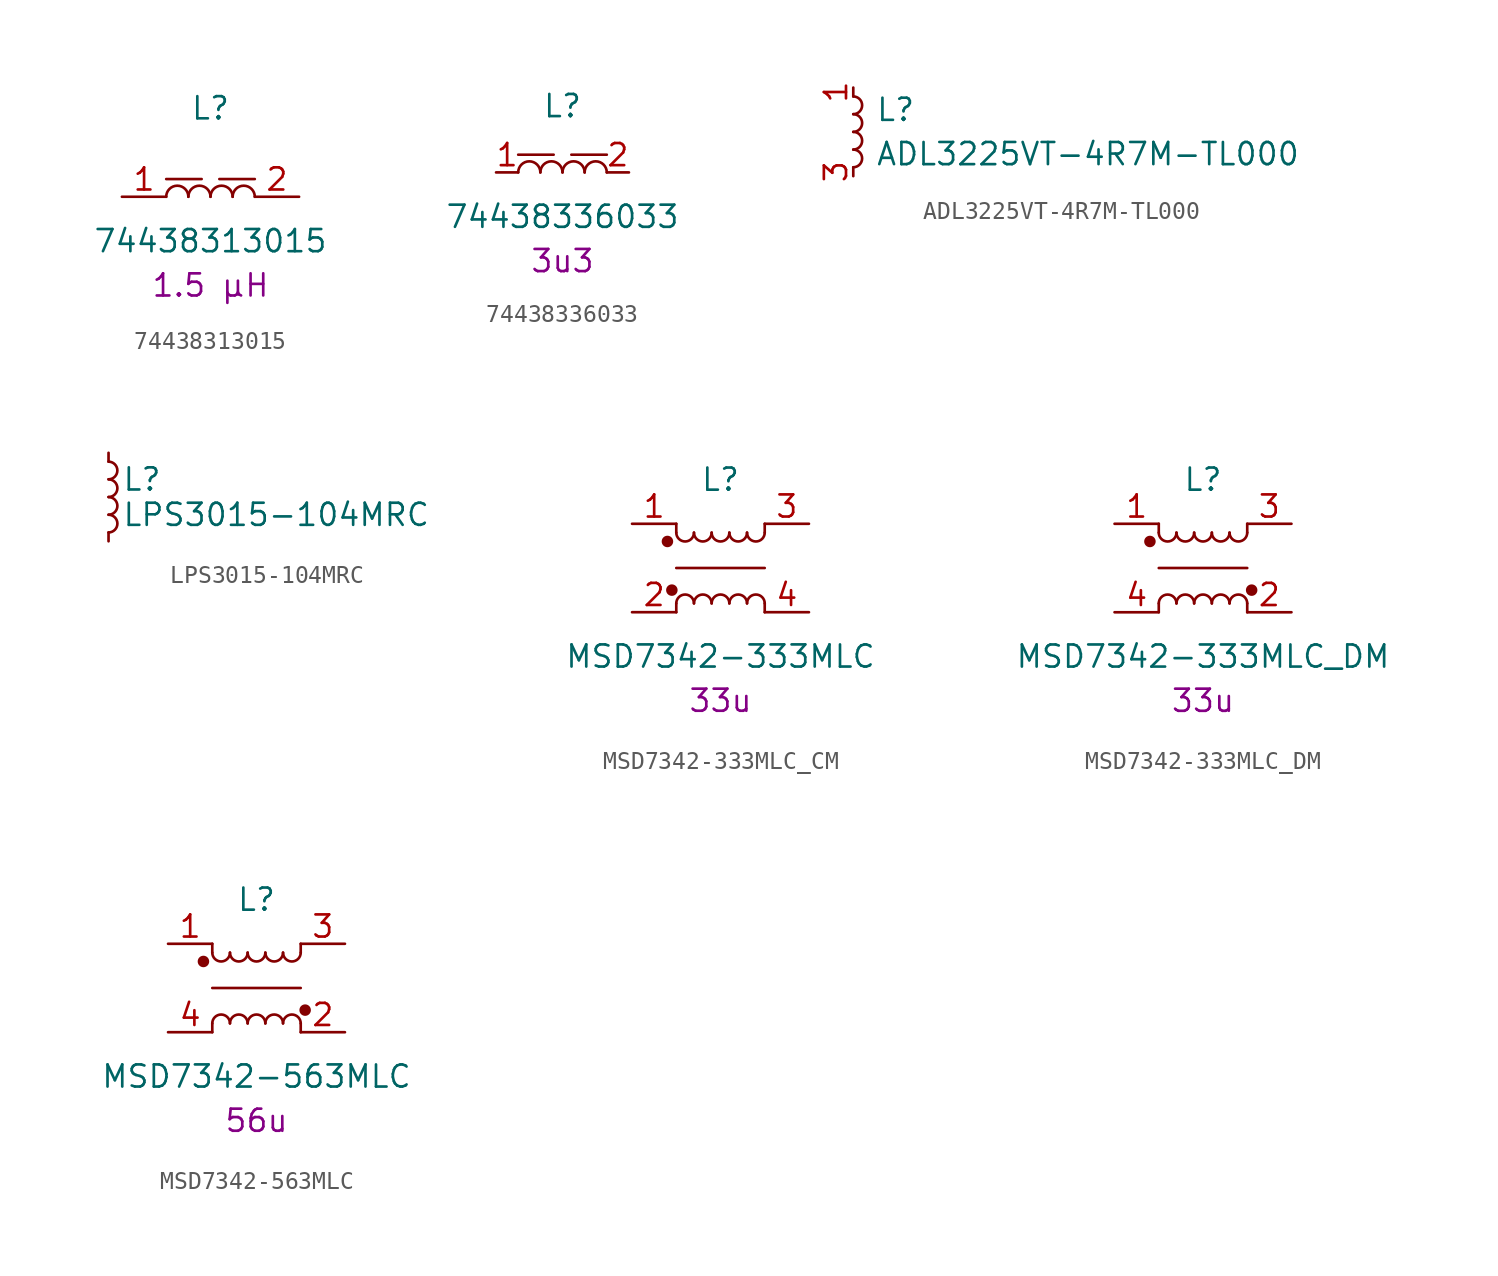
<source format=kicad_sym>
(kicad_symbol_lib
  (version 20241209)
  (generator "kicad_symbol_editor")
  (generator_version "9.0")
  (symbol "74438313015"
    (pin_names
      (hide yes))
    (property "Reference" "L"
      (at 0 5.08 0)
      (effects (font (size 1.27 1.27))))
    (property "Value" "74438313015"
      (at 0 -2.54 0)
      (effects (font (size 1.27 1.27))))
    (property "Critical Parameter" "1.5 µH"
      (at 0 -5.08 0)
      (effects (font (size 1.27 1.27))))
    (symbol "74438313015_0_1"
      (polyline (pts (xy -2.54 1.016) (xy -0.508 1.016)) (stroke (width 0) (type default)) (fill (type none)))
      (arc (start -2.54 0) (mid -1.905 0.6323) (end -1.27 0) (stroke (width 0) (type default)) (fill (type none)))
      (arc (start -1.27 0) (mid -0.635 0.6323) (end 0 0) (stroke (width 0) (type default)) (fill (type none)))
      (arc (start 0 0) (mid 0.635 0.6323) (end 1.27 0) (stroke (width 0) (type default)) (fill (type none)))
      (arc (start 1.27 0) (mid 1.905 0.6323) (end 2.54 0) (stroke (width 0) (type default)) (fill (type none))))
    (symbol "74438313015_1_1"
      (polyline (pts (xy 2.54 1.016) (xy 0.508 1.016)) (stroke (width 0) (type default)) (fill (type none)))
      (pin passive line (at -5.08 0 0) (length 2.54) (name "1" (effects (font (size 1.27 1.27)))) (number "1" (effects (font (size 1.27 1.27)))))
      (pin passive line (at 5.08 0 180) (length 2.54) (name "2" (effects (font (size 1.27 1.27)))) (number "2" (effects (font (size 1.27 1.27)))))))
  (symbol "74438336033"
    (pin_names
      (hide yes))
    (property "Reference" "L"
      (at 0 3.81 0)
      (effects (font (size 1.27 1.27))))
    (property "Value" "74438336033"
      (at 0 -2.54 0)
      (effects (font (size 1.27 1.27))))
    (property "Critical Parameter" "3u3"
      (at 0 -5.08 0)
      (effects (font (size 1.27 1.27))))
    (symbol "74438336033_0_1"
      (polyline (pts (xy -2.54 1.016) (xy -0.508 1.016)) (stroke (width 0) (type default)) (fill (type none)))
      (arc (start -2.54 0) (mid -1.905 0.6323) (end -1.27 0) (stroke (width 0) (type default)) (fill (type none)))
      (arc (start -1.27 0) (mid -0.635 0.6323) (end 0 0) (stroke (width 0) (type default)) (fill (type none)))
      (arc (start 0 0) (mid 0.635 0.6323) (end 1.27 0) (stroke (width 0) (type default)) (fill (type none)))
      (arc (start 1.27 0) (mid 1.905 0.6323) (end 2.54 0) (stroke (width 0) (type default)) (fill (type none))))
    (symbol "74438336033_1_1"
      (polyline (pts (xy 2.54 1.016) (xy 0.508 1.016)) (stroke (width 0) (type default)) (fill (type none)))
      (pin power_in line (at -3.81 0 0) (length 1.27) (name "1" (effects (font (size 1.27 1.27)))) (number "1" (effects (font (size 1.27 1.27)))))
      (pin power_out line (at 3.81 0 180) (length 1.27) (name "2" (effects (font (size 1.27 1.27)))) (number "2" (effects (font (size 1.27 1.27)))))))
  (symbol "ADL3225VT-4R7M-TL000"
    (property "Reference" "L"
      (at 1.27 1.27 0)
      (effects (font (size 1.27 1.27)) (justify left)))
    (property "Value" "ADL3225VT-4R7M-TL000"
      (at 1.27 -1.27 0)
      (effects (font (size 1.27 1.27)) (justify left)))
    (symbol "ADL3225VT-4R7M-TL000_0_1"
      (arc (start 0 2.032) (mid 0.5058 1.524) (end 0 1.016) (stroke (width 0) (type default)) (fill (type none)))
      (arc (start 0 1.016) (mid 0.5058 0.508) (end 0 0) (stroke (width 0) (type default)) (fill (type none)))
      (arc (start 0 0) (mid 0.5058 -0.508) (end 0 -1.016) (stroke (width 0) (type default)) (fill (type none)))
      (arc (start 0 -1.016) (mid 0.5058 -1.524) (end 0 -2.032) (stroke (width 0) (type default)) (fill (type none))))
    (symbol "ADL3225VT-4R7M-TL000_1_1"
      (pin passive line (at 0 2.54 270) (length 0.508) (name "~" (effects (font (size 1.27 1.27)))) (number "1" (effects (font (size 1.27 1.27)))))
      (pin passive line (at 0 2.54 270) (length 0.508) (hide yes) (name "~" (effects (font (size 1.27 1.27)))) (number "2" (effects (font (size 1.27 1.27)))))
      (pin passive line (at 0 -2.54 90) (length 0.508) (name "~" (effects (font (size 1.27 1.27)))) (number "3" (effects (font (size 1.27 1.27)))))
      (pin passive line (at 0 -2.54 90) (length 0.508) (hide yes) (name "~" (effects (font (size 1.27 1.27)))) (number "4" (effects (font (size 1.27 1.27)))))))
  (symbol "LPS3015-104MRC"
    (pin_numbers
      (hide yes))
    (pin_names
      (offset 0.254)
      (hide yes))
    (property "Reference" "L"
      (at 0.762 1.016 0)
      (effects (font (size 1.27 1.27)) (justify left)))
    (property "Value" "LPS3015-104MRC"
      (at 0.762 -1.016 0)
      (effects (font (size 1.27 1.27)) (justify left)))
    (symbol "LPS3015-104MRC_0_1"
      (arc (start 0 2.032) (mid 0.5058 1.524) (end 0 1.016) (stroke (width 0) (type default)) (fill (type none)))
      (arc (start 0 1.016) (mid 0.5058 0.508) (end 0 0) (stroke (width 0) (type default)) (fill (type none)))
      (arc (start 0 0) (mid 0.5058 -0.508) (end 0 -1.016) (stroke (width 0) (type default)) (fill (type none)))
      (arc (start 0 -1.016) (mid 0.5058 -1.524) (end 0 -2.032) (stroke (width 0) (type default)) (fill (type none))))
    (symbol "LPS3015-104MRC_1_1"
      (pin power_in line (at 0 2.54 270) (length 0.508) (name "~" (effects (font (size 1.27 1.27)))) (number "1" (effects (font (size 1.27 1.27)))))
      (pin power_out line (at 0 -2.54 90) (length 0.508) (name "~" (effects (font (size 1.27 1.27)))) (number "2" (effects (font (size 1.27 1.27)))))))
  (symbol "MSD7342-333MLC_CM"
    (pin_names
      (hide yes))
    (property "Reference" "L"
      (at 0 5.08 0)
      (effects (font (size 1.27 1.27))))
    (property "Value" "MSD7342-333MLC"
      (at 0 -5.08 0)
      (effects (font (size 1.27 1.27))))
    (property "Critical Parameter" "33u"
      (at 0 -7.62 0)
      (effects (font (size 1.27 1.27))))
    (symbol "MSD7342-333MLC_CM_0_1"
      (circle (center -3.048 1.524) (radius 0.254) (stroke (width 0) (type default)) (fill (type outline)))
      (circle (center -2.794 -1.27) (radius 0.254) (stroke (width 0) (type default)) (fill (type outline)))
      (polyline (pts (xy -2.54 2.032) (xy -2.54 2.54)) (stroke (width 0) (type default)) (fill (type none)))
      (polyline (pts (xy -2.54 -2.032) (xy -2.54 -2.54)) (stroke (width 0) (type default)) (fill (type none)))
      (arc (start -1.524 2.032) (mid -2.032 1.5262) (end -2.54 2.032) (stroke (width 0) (type default)) (fill (type none)))
      (arc (start -2.54 -2.032) (mid -2.032 -1.5262) (end -1.524 -2.032) (stroke (width 0) (type default)) (fill (type none)))
      (arc (start -0.508 2.032) (mid -1.016 1.5262) (end -1.524 2.032) (stroke (width 0) (type default)) (fill (type none)))
      (arc (start -1.524 -2.032) (mid -1.016 -1.5262) (end -0.508 -2.032) (stroke (width 0) (type default)) (fill (type none)))
      (arc (start 0.508 2.032) (mid 0 1.5262) (end -0.508 2.032) (stroke (width 0) (type default)) (fill (type none)))
      (arc (start -0.508 -2.032) (mid 0 -1.5262) (end 0.508 -2.032) (stroke (width 0) (type default)) (fill (type none)))
      (arc (start 1.524 2.032) (mid 1.016 1.5262) (end 0.508 2.032) (stroke (width 0) (type default)) (fill (type none)))
      (arc (start 0.508 -2.032) (mid 1.016 -1.5262) (end 1.524 -2.032) (stroke (width 0) (type default)) (fill (type none)))
      (arc (start 2.54 2.032) (mid 2.032 1.5262) (end 1.524 2.032) (stroke (width 0) (type default)) (fill (type none)))
      (arc (start 1.524 -2.032) (mid 2.032 -1.5262) (end 2.54 -2.032) (stroke (width 0) (type default)) (fill (type none)))
      (polyline (pts (xy 2.54 2.54) (xy 2.54 2.032)) (stroke (width 0) (type default)) (fill (type none)))
      (polyline (pts (xy 2.54 0) (xy -2.54 0)) (stroke (width 0) (type default)) (fill (type none)))
      (polyline (pts (xy 2.54 -2.032) (xy 2.54 -2.54)) (stroke (width 0) (type default)) (fill (type none))))
    (symbol "MSD7342-333MLC_CM_1_1"
      (pin passive line (at -5.08 2.54 0) (length 2.54) (name "1" (effects (font (size 1.27 1.27)))) (number "1" (effects (font (size 1.27 1.27)))))
      (pin passive line (at -5.08 -2.54 0) (length 2.54) (name "4" (effects (font (size 1.27 1.27)))) (number "2" (effects (font (size 1.27 1.27)))))
      (pin passive line (at 5.08 2.54 180) (length 2.54) (name "3" (effects (font (size 1.27 1.27)))) (number "3" (effects (font (size 1.27 1.27)))))
      (pin passive line (at 5.08 -2.54 180) (length 2.54) (name "2" (effects (font (size 1.27 1.27)))) (number "4" (effects (font (size 1.27 1.27)))))))
  (symbol "MSD7342-333MLC_DM"
    (pin_names
      (hide yes))
    (property "Reference" "L"
      (at 0 5.08 0)
      (effects (font (size 1.27 1.27))))
    (property "Value" "MSD7342-333MLC_DM"
      (at 0 -5.08 0)
      (effects (font (size 1.27 1.27))))
    (property "Critical Parameter" "33u"
      (at 0 -7.62 0)
      (effects (font (size 1.27 1.27))))
    (symbol "MSD7342-333MLC_DM_0_1"
      (circle (center -3.048 1.524) (radius 0.254) (stroke (width 0) (type default)) (fill (type outline)))
      (polyline (pts (xy -2.54 2.032) (xy -2.54 2.54)) (stroke (width 0) (type default)) (fill (type none)))
      (polyline (pts (xy -2.54 -2.032) (xy -2.54 -2.54)) (stroke (width 0) (type default)) (fill (type none)))
      (arc (start -1.524 2.032) (mid -2.032 1.5262) (end -2.54 2.032) (stroke (width 0) (type default)) (fill (type none)))
      (arc (start -2.54 -2.032) (mid -2.032 -1.5262) (end -1.524 -2.032) (stroke (width 0) (type default)) (fill (type none)))
      (arc (start -0.508 2.032) (mid -1.016 1.5262) (end -1.524 2.032) (stroke (width 0) (type default)) (fill (type none)))
      (arc (start -1.524 -2.032) (mid -1.016 -1.5262) (end -0.508 -2.032) (stroke (width 0) (type default)) (fill (type none)))
      (arc (start 0.508 2.032) (mid 0 1.5262) (end -0.508 2.032) (stroke (width 0) (type default)) (fill (type none)))
      (arc (start -0.508 -2.032) (mid 0 -1.5262) (end 0.508 -2.032) (stroke (width 0) (type default)) (fill (type none)))
      (arc (start 1.524 2.032) (mid 1.016 1.5262) (end 0.508 2.032) (stroke (width 0) (type default)) (fill (type none)))
      (arc (start 0.508 -2.032) (mid 1.016 -1.5262) (end 1.524 -2.032) (stroke (width 0) (type default)) (fill (type none)))
      (arc (start 2.54 2.032) (mid 2.032 1.5262) (end 1.524 2.032) (stroke (width 0) (type default)) (fill (type none)))
      (arc (start 1.524 -2.032) (mid 2.032 -1.5262) (end 2.54 -2.032) (stroke (width 0) (type default)) (fill (type none)))
      (polyline (pts (xy 2.54 2.54) (xy 2.54 2.032)) (stroke (width 0) (type default)) (fill (type none)))
      (polyline (pts (xy 2.54 0) (xy -2.54 0)) (stroke (width 0) (type default)) (fill (type none)))
      (polyline (pts (xy 2.54 -2.032) (xy 2.54 -2.54)) (stroke (width 0) (type default)) (fill (type none)))
      (circle (center 2.794 -1.27) (radius 0.254) (stroke (width 0) (type default)) (fill (type outline))))
    (symbol "MSD7342-333MLC_DM_1_1"
      (pin passive line (at -5.08 2.54 0) (length 2.54) (name "1" (effects (font (size 1.27 1.27)))) (number "1" (effects (font (size 1.27 1.27)))))
      (pin passive line (at -5.08 -2.54 0) (length 2.54) (name "2" (effects (font (size 1.27 1.27)))) (number "4" (effects (font (size 1.27 1.27)))))
      (pin passive line (at 5.08 2.54 180) (length 2.54) (name "3" (effects (font (size 1.27 1.27)))) (number "3" (effects (font (size 1.27 1.27)))))
      (pin passive line (at 5.08 -2.54 180) (length 2.54) (name "4" (effects (font (size 1.27 1.27)))) (number "2" (effects (font (size 1.27 1.27)))))))
  (symbol "MSD7342-563MLC"
    (pin_names
      (hide yes))
    (property "Reference" "L"
      (at 0 5.08 0)
      (effects (font (size 1.27 1.27))))
    (property "Value" "MSD7342-563MLC"
      (at 0 -5.08 0)
      (effects (font (size 1.27 1.27))))
    (property "Critical Parameter" "56u"
      (at 0 -7.62 0)
      (effects (font (size 1.27 1.27))))
    (symbol "MSD7342-563MLC_0_1"
      (circle (center -3.048 1.524) (radius 0.254) (stroke (width 0) (type default)) (fill (type outline)))
      (polyline (pts (xy -2.54 2.032) (xy -2.54 2.54)) (stroke (width 0) (type default)) (fill (type none)))
      (polyline (pts (xy -2.54 -2.032) (xy -2.54 -2.54)) (stroke (width 0) (type default)) (fill (type none)))
      (arc (start -1.524 2.032) (mid -2.032 1.5262) (end -2.54 2.032) (stroke (width 0) (type default)) (fill (type none)))
      (arc (start -2.54 -2.032) (mid -2.032 -1.5262) (end -1.524 -2.032) (stroke (width 0) (type default)) (fill (type none)))
      (arc (start -0.508 2.032) (mid -1.016 1.5262) (end -1.524 2.032) (stroke (width 0) (type default)) (fill (type none)))
      (arc (start -1.524 -2.032) (mid -1.016 -1.5262) (end -0.508 -2.032) (stroke (width 0) (type default)) (fill (type none)))
      (arc (start 0.508 2.032) (mid 0 1.5262) (end -0.508 2.032) (stroke (width 0) (type default)) (fill (type none)))
      (arc (start -0.508 -2.032) (mid 0 -1.5262) (end 0.508 -2.032) (stroke (width 0) (type default)) (fill (type none)))
      (arc (start 1.524 2.032) (mid 1.016 1.5262) (end 0.508 2.032) (stroke (width 0) (type default)) (fill (type none)))
      (arc (start 0.508 -2.032) (mid 1.016 -1.5262) (end 1.524 -2.032) (stroke (width 0) (type default)) (fill (type none)))
      (arc (start 2.54 2.032) (mid 2.032 1.5262) (end 1.524 2.032) (stroke (width 0) (type default)) (fill (type none)))
      (arc (start 1.524 -2.032) (mid 2.032 -1.5262) (end 2.54 -2.032) (stroke (width 0) (type default)) (fill (type none)))
      (polyline (pts (xy 2.54 2.54) (xy 2.54 2.032)) (stroke (width 0) (type default)) (fill (type none)))
      (polyline (pts (xy 2.54 0) (xy -2.54 0)) (stroke (width 0) (type default)) (fill (type none)))
      (polyline (pts (xy 2.54 -2.032) (xy 2.54 -2.54)) (stroke (width 0) (type default)) (fill (type none)))
      (circle (center 2.794 -1.27) (radius 0.254) (stroke (width 0) (type default)) (fill (type outline))))
    (symbol "MSD7342-563MLC_1_1"
      (pin passive line (at -5.08 2.54 0) (length 2.54) (name "1" (effects (font (size 1.27 1.27)))) (number "1" (effects (font (size 1.27 1.27)))))
      (pin passive line (at -5.08 -2.54 0) (length 2.54) (name "2" (effects (font (size 1.27 1.27)))) (number "4" (effects (font (size 1.27 1.27)))))
      (pin passive line (at 5.08 2.54 180) (length 2.54) (name "3" (effects (font (size 1.27 1.27)))) (number "3" (effects (font (size 1.27 1.27)))))
      (pin passive line (at 5.08 -2.54 180) (length 2.54) (name "4" (effects (font (size 1.27 1.27)))) (number "2" (effects (font (size 1.27 1.27))))))))
</source>
